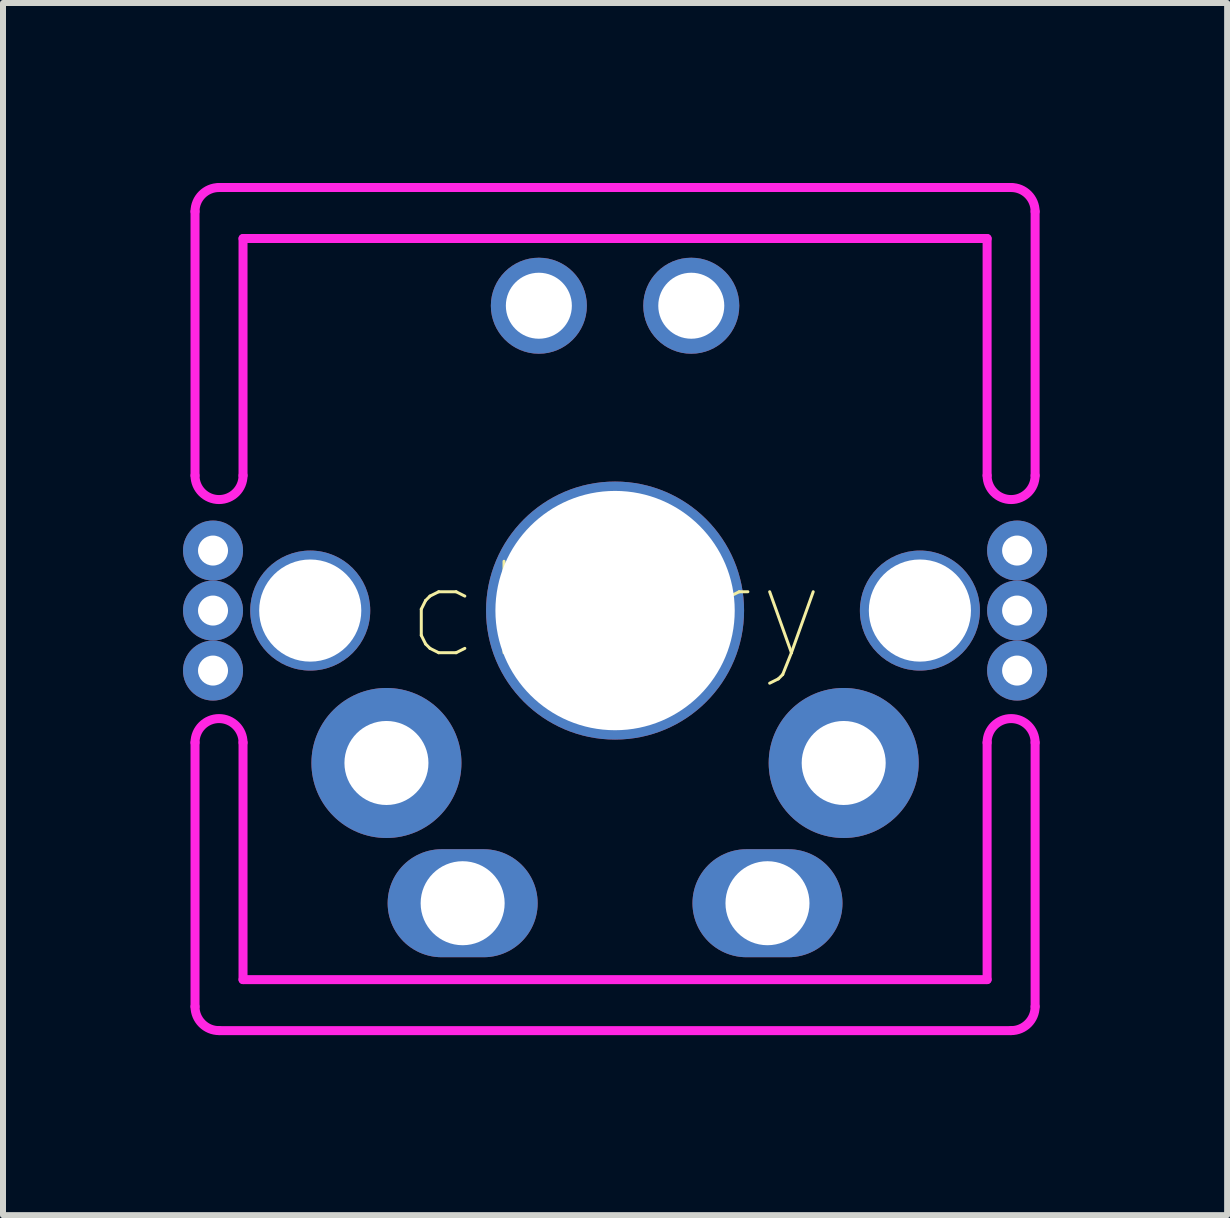
<source format=kicad_pcb>
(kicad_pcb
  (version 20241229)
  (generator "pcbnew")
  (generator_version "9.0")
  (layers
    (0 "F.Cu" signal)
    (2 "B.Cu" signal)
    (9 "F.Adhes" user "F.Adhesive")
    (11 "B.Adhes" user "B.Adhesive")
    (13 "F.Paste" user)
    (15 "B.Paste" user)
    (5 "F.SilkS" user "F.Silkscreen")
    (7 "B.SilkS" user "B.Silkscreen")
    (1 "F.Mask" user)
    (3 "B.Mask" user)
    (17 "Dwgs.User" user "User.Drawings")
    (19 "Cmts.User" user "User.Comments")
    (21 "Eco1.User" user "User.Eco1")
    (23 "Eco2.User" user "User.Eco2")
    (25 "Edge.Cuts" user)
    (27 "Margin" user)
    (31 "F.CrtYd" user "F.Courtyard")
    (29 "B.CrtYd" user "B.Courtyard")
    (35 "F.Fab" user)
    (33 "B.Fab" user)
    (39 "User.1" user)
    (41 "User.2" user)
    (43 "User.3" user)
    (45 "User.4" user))
  (footprint "cherry"
    (layer "F.Cu")
    (at 7.2 7.125)
    (property "Reference" "cherry" (at 0 0 0) (layer "F.SilkS") (effects (font (size 1.524 1.524) (thickness 0.05))))
    (attr smd)
    (fp_line (start -7 -6.65) (end -7 -2.25) (stroke (width 0.15) (type solid)) (layer "F.CrtYd"))
    (fp_line (start -7 2.2) (end -7 6.6) (stroke (width 0.15) (type solid)) (layer "F.CrtYd"))
    (fp_line (start -6.2 -6.2) (end -6.2 -2.25) (stroke (width 0.15) (type solid)) (layer "F.CrtYd"))
    (fp_line (start -6.2 6.15) (end -6.2 2.2) (stroke (width 0.15) (type solid)) (layer "F.CrtYd"))
    (fp_line (start 6.2 -6.2) (end -6.2 -6.2) (stroke (width 0.15) (type solid)) (layer "F.CrtYd"))
    (fp_line (start 6.2 -2.25) (end 6.2 -6.2) (stroke (width 0.15) (type solid)) (layer "F.CrtYd"))
    (fp_line (start 6.2 6.15) (end -6.2 6.15) (stroke (width 0.15) (type solid)) (layer "F.CrtYd"))
    (fp_line (start 6.2 6.15) (end 6.2 2.2) (stroke (width 0.15) (type solid)) (layer "F.CrtYd"))
    (fp_line (start 6.6 -7.05) (end -6.6 -7.05) (stroke (width 0.15) (type solid)) (layer "F.CrtYd"))
    (fp_line (start 6.6 7) (end -6.6 7) (stroke (width 0.15) (type solid)) (layer "F.CrtYd"))
    (fp_line (start 7 -2.25) (end 7 -6.65) (stroke (width 0.15) (type solid)) (layer "F.CrtYd"))
    (fp_line (start 7 6.6) (end 7 2.2) (stroke (width 0.15) (type solid)) (layer "F.CrtYd"))
    (fp_arc (start -7 -6.65) (mid -6.882843 -6.932843) (end -6.6 -7.05) (stroke (width 0.15) (type solid)) (layer "F.CrtYd"))
    (fp_arc (start -7 2.2) (mid -6.6 1.8) (end -6.2 2.2) (stroke (width 0.15) (type solid)) (layer "F.CrtYd"))
    (fp_arc (start -6.6 7) (mid -6.882843 6.882843) (end -7 6.6) (stroke (width 0.15) (type solid)) (layer "F.CrtYd"))
    (fp_arc (start -6.2 -2.25) (mid -6.6 -1.85) (end -7 -2.25) (stroke (width 0.15) (type solid)) (layer "F.CrtYd"))
    (fp_arc (start 6.2 2.2) (mid 6.6 1.8) (end 7 2.2) (stroke (width 0.15) (type solid)) (layer "F.CrtYd"))
    (fp_arc (start 6.6 -7.05) (mid 6.882843 -6.932843) (end 7 -6.65) (stroke (width 0.15) (type solid)) (layer "F.CrtYd"))
    (fp_arc (start 7 -2.25) (mid 6.6 -1.85) (end 6.2 -2.25) (stroke (width 0.15) (type solid)) (layer "F.CrtYd"))
    (fp_arc (start 7 6.6) (mid 6.882843 6.882843) (end 6.6 7) (stroke (width 0.15) (type solid)) (layer "F.CrtYd"))
    (pad "0" thru_hole circle (at -1.27 -5.08) (size 1.6 1.6) (drill 1.1) (layers "*.Cu" "*.Paste" "*.Mask"))
    (pad "0" thru_hole circle (at 0 0) (size 4.3 4.3) (drill 3.988) (layers "*.Cu" "*.Paste" "*.Mask"))
    (pad "0" thru_hole circle (at 1.27 -5.08) (size 1.6 1.6) (drill 1.1) (layers "*.Cu" "*.Paste" "*.Mask"))
    (pad "1" thru_hole circle (at -3.81 2.54) (size 2.5 2.5) (drill 1.4) (layers "*.Cu" "*.Paste" "*.Mask"))
    (pad "2" thru_hole circle (at 3.81 2.54) (size 2.5 2.5) (drill 1.4) (layers "*.Cu" "*.Paste" "*.Mask"))
    (pad "3" thru_hole oval (at -2.54 4.877) (size 2.5 1.8) (drill 1.4) (layers "*.Cu" "*.Paste" "*.Mask"))
    (pad "4" thru_hole oval (at 2.54 4.877) (size 2.5 1.8) (drill 1.4) (layers "*.Cu" "*.Paste" "*.Mask"))
    (pad "5" thru_hole circle (at -5.08 0) (size 2 2) (drill 1.702) (layers "*.Cu" "*.Paste" "*.Mask"))
    (pad "6" thru_hole circle (at 5.08 0) (size 2 2) (drill 1.702) (layers "*.Cu" "*.Paste" "*.Mask"))
    (pad "7" thru_hole circle (at -6.7 -1) (size 1 1) (drill 0.5) (layers "*.Cu" "*.Paste" "*.Mask"))
    (pad "8" thru_hole circle (at 6.7 -1 180) (size 1 1) (drill 0.5) (layers "*.Cu" "*.Paste" "*.Mask"))
    (pad "9" thru_hole circle (at -6.7 0) (size 1 1) (drill 0.5) (layers "*.Cu" "*.Paste" "*.Mask"))
    (pad "10" thru_hole circle (at 6.7 0 180) (size 1 1) (drill 0.5) (layers "*.Cu" "*.Paste" "*.Mask"))
    (pad "11" thru_hole circle (at -6.7 1) (size 1 1) (drill 0.5) (layers "*.Cu" "*.Paste" "*.Mask"))
    (pad "12" thru_hole circle (at 6.7 1 180) (size 1 1) (drill 0.5) (layers "*.Cu" "*.Paste" "*.Mask")))
  (gr_rect
    (start -3 -3)
    (end 17.4 17.2)
    (stroke (width 0.1) (type default))
    (fill no)
    (layer "Edge.Cuts")))
</source>
